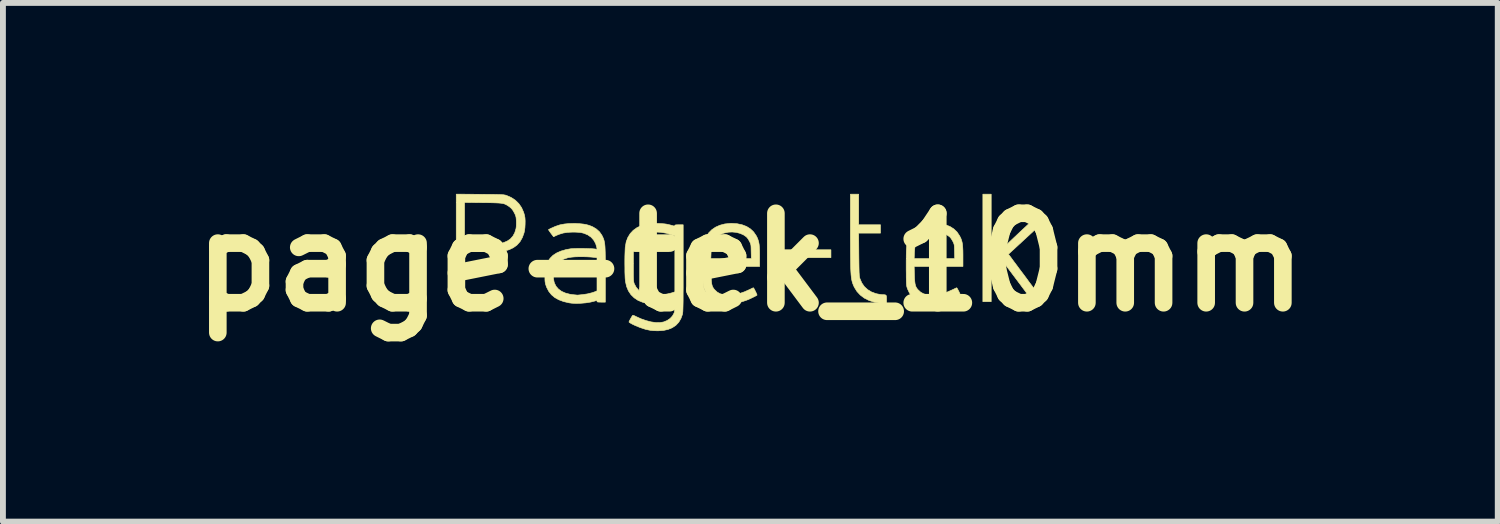
<source format=kicad_pcb>
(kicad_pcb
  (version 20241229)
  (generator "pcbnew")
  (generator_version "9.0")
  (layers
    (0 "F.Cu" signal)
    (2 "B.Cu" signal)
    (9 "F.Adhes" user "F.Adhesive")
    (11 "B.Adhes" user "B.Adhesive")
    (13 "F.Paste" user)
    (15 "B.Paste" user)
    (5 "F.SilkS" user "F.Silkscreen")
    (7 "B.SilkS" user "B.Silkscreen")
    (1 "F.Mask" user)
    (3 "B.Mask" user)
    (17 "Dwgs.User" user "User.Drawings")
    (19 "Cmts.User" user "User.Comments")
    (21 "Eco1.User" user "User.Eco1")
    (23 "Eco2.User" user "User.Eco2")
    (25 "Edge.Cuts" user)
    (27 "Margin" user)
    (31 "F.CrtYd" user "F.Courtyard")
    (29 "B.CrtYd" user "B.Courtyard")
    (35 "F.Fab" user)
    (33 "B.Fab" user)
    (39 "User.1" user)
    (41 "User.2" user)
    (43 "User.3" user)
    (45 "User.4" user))
  (footprint "page-tek_10mm"
    (layer "F.Cu")
    (at 9.732 1.418)
    (property "Reference" "page-tek_10mm" (at 0 0 0) (layer "F.SilkS") (effects (font (size 1.524 1.524) (thickness 0.3))))
    (attr through_hole)
    (fp_poly (pts (xy 1.373 -0.079) (xy 0.497 -0.079) (xy 0.497 -0.213) (xy 1.373 -0.213) (xy 1.373 -0.079)) (stroke (width 0.01) (type solid)) (fill yes) (layer "F.SilkS"))
    (fp_poly (pts (xy 4.103 -0.061) (xy 4.156 -0.109) (xy 4.187 -0.136) (xy 4.222 -0.168) (xy 4.262 -0.205) (xy 4.309 -0.249) (xy 4.364 -0.3) (xy 4.427 -0.359) (xy 4.5 -0.428) (xy 4.552 -0.477) (xy 4.597 -0.52) (xy 4.639 -0.559) (xy 4.676 -0.593) (xy 4.707 -0.622) (xy 4.73 -0.643) (xy 4.743 -0.655) (xy 4.746 -0.657) (xy 4.758 -0.659) (xy 4.782 -0.661) (xy 4.815 -0.661) (xy 4.854 -0.661) (xy 4.86 -0.661) (xy 4.962 -0.659) (xy 4.397 -0.138) (xy 4.414 -0.114) (xy 4.422 -0.104) (xy 4.439 -0.082) (xy 4.462 -0.05) (xy 4.493 -0.008) (xy 4.53 0.041) (xy 4.571 0.097) (xy 4.617 0.158) (xy 4.666 0.223) (xy 4.708 0.28) (xy 4.758 0.348) (xy 4.806 0.412) (xy 4.849 0.471) (xy 4.889 0.524) (xy 4.923 0.57) (xy 4.951 0.608) (xy 4.972 0.637) (xy 4.985 0.655) (xy 4.99 0.661) (xy 4.989 0.665) (xy 4.979 0.668) (xy 4.958 0.67) (xy 4.924 0.671) (xy 4.906 0.671) (xy 4.817 0.671) (xy 4.291 -0.031) (xy 4.103 0.137) (xy 4.103 0.671) (xy 3.961 0.671) (xy 3.961 -1.16) (xy 4.103 -1.16) (xy 4.103 -0.061)) (stroke (width 0.01) (type solid)) (fill yes) (layer "F.SilkS"))
    (fp_poly (pts (xy 1.846 -0.639) (xy 2.217 -0.639) (xy 2.217 -0.497) (xy 1.845 -0.497) (xy 1.848 -0.132) (xy 1.849 -0.046) (xy 1.85 0.026) (xy 1.851 0.085) (xy 1.852 0.133) (xy 1.853 0.171) (xy 1.855 0.201) (xy 1.856 0.225) (xy 1.859 0.243) (xy 1.861 0.258) (xy 1.865 0.271) (xy 1.868 0.281) (xy 1.899 0.352) (xy 1.942 0.414) (xy 1.997 0.465) (xy 2.063 0.505) (xy 2.138 0.533) (xy 2.169 0.54) (xy 2.203 0.546) (xy 2.237 0.551) (xy 2.26 0.552) (xy 2.287 0.553) (xy 2.304 0.557) (xy 2.314 0.566) (xy 2.319 0.584) (xy 2.32 0.614) (xy 2.32 0.632) (xy 2.32 0.702) (xy 2.274 0.701) (xy 2.244 0.7) (xy 2.217 0.698) (xy 2.205 0.697) (xy 2.107 0.678) (xy 2.019 0.649) (xy 1.94 0.609) (xy 1.873 0.558) (xy 1.817 0.498) (xy 1.777 0.434) (xy 1.765 0.411) (xy 1.755 0.389) (xy 1.746 0.366) (xy 1.738 0.342) (xy 1.731 0.316) (xy 1.725 0.287) (xy 1.72 0.253) (xy 1.716 0.214) (xy 1.713 0.168) (xy 1.71 0.115) (xy 1.708 0.053) (xy 1.707 -0.019) (xy 1.706 -0.101) (xy 1.705 -0.196) (xy 1.705 -0.303) (xy 1.704 -0.424) (xy 1.704 -0.527) (xy 1.704 -1.16) (xy 1.846 -1.16) (xy 1.846 -0.639)) (stroke (width 0.01) (type solid)) (fill yes) (layer "F.SilkS"))
    (fp_poly (pts (xy -4.606 -1.158) (xy -4.516 -1.157) (xy -4.439 -1.157) (xy -4.376 -1.156) (xy -4.324 -1.155) (xy -4.283 -1.154) (xy -4.25 -1.153) (xy -4.224 -1.151) (xy -4.203 -1.15) (xy -4.188 -1.147) (xy -4.174 -1.145) (xy -4.163 -1.141) (xy -4.152 -1.138) (xy -4.071 -1.102) (xy -4.002 -1.056) (xy -3.944 -0.999) (xy -3.897 -0.931) (xy -3.862 -0.852) (xy -3.846 -0.797) (xy -3.839 -0.756) (xy -3.836 -0.704) (xy -3.837 -0.647) (xy -3.84 -0.589) (xy -3.847 -0.537) (xy -3.855 -0.501) (xy -3.884 -0.421) (xy -3.923 -0.352) (xy -3.974 -0.295) (xy -4.035 -0.25) (xy -4.107 -0.215) (xy -4.167 -0.197) (xy -4.185 -0.193) (xy -4.203 -0.19) (xy -4.222 -0.188) (xy -4.245 -0.186) (xy -4.274 -0.184) (xy -4.309 -0.183) (xy -4.354 -0.182) (xy -4.409 -0.182) (xy -4.476 -0.182) (xy -4.551 -0.182) (xy -4.868 -0.181) (xy -4.868 0.671) (xy -5.01 0.671) (xy -5.01 -0.314) (xy -4.868 -0.314) (xy -4.559 -0.318) (xy -4.475 -0.319) (xy -4.405 -0.32) (xy -4.349 -0.321) (xy -4.304 -0.323) (xy -4.269 -0.325) (xy -4.242 -0.327) (xy -4.223 -0.33) (xy -4.209 -0.333) (xy -4.143 -0.36) (xy -4.088 -0.397) (xy -4.045 -0.445) (xy -4.013 -0.504) (xy -3.993 -0.569) (xy -3.988 -0.601) (xy -3.986 -0.643) (xy -3.986 -0.69) (xy -3.986 -0.695) (xy -3.988 -0.735) (xy -3.991 -0.765) (xy -3.997 -0.789) (xy -4.006 -0.813) (xy -4.013 -0.828) (xy -4.04 -0.878) (xy -4.069 -0.916) (xy -4.105 -0.947) (xy -4.123 -0.959) (xy -4.143 -0.972) (xy -4.162 -0.982) (xy -4.181 -0.991) (xy -4.201 -0.998) (xy -4.226 -1.003) (xy -4.255 -1.007) (xy -4.291 -1.01) (xy -4.336 -1.012) (xy -4.392 -1.014) (xy -4.459 -1.015) (xy -4.54 -1.016) (xy -4.559 -1.016) (xy -4.868 -1.019) (xy -4.868 -0.314) (xy -5.01 -0.314) (xy -5.01 -1.161) (xy -4.606 -1.158)) (stroke (width 0.01) (type solid)) (fill yes) (layer "F.SilkS"))
    (fp_poly (pts (xy -0.226 -0.657) (xy -0.14 -0.639) (xy -0.064 -0.61) (xy 0.001 -0.569) (xy 0.056 -0.517) (xy 0.1 -0.453) (xy 0.105 -0.444) (xy 0.121 -0.411) (xy 0.133 -0.378) (xy 0.143 -0.343) (xy 0.15 -0.304) (xy 0.154 -0.258) (xy 0.157 -0.202) (xy 0.158 -0.134) (xy 0.158 -0.103) (xy 0.158 0.071) (xy -0.673 0.071) (xy -0.669 0.215) (xy -0.666 0.277) (xy -0.663 0.326) (xy -0.658 0.365) (xy -0.651 0.395) (xy -0.641 0.421) (xy -0.627 0.444) (xy -0.609 0.467) (xy -0.606 0.469) (xy -0.563 0.509) (xy -0.512 0.537) (xy -0.452 0.554) (xy -0.381 0.561) (xy -0.363 0.561) (xy -0.281 0.554) (xy -0.193 0.535) (xy -0.1 0.503) (xy -0.008 0.462) (xy 0.018 0.449) (xy 0.039 0.439) (xy 0.05 0.434) (xy 0.051 0.434) (xy 0.057 0.44) (xy 0.068 0.457) (xy 0.08 0.481) (xy 0.093 0.507) (xy 0.104 0.531) (xy 0.112 0.55) (xy 0.114 0.56) (xy 0.113 0.56) (xy 0.101 0.568) (xy 0.079 0.58) (xy 0.049 0.595) (xy 0.016 0.611) (xy -0.016 0.626) (xy -0.043 0.638) (xy -0.047 0.639) (xy -0.117 0.664) (xy -0.181 0.681) (xy -0.247 0.692) (xy -0.32 0.698) (xy -0.351 0.699) (xy -0.41 0.7) (xy -0.455 0.699) (xy -0.49 0.695) (xy -0.513 0.691) (xy -0.591 0.664) (xy -0.656 0.628) (xy -0.711 0.581) (xy -0.754 0.523) (xy -0.786 0.454) (xy -0.794 0.43) (xy -0.798 0.417) (xy -0.801 0.402) (xy -0.803 0.385) (xy -0.805 0.362) (xy -0.806 0.334) (xy -0.807 0.297) (xy -0.808 0.251) (xy -0.808 0.193) (xy -0.808 0.123) (xy -0.809 0.063) (xy -0.808 -0.027) (xy -0.808 -0.063) (xy -0.673 -0.063) (xy 0.017 -0.063) (xy 0.014 -0.183) (xy 0.013 -0.23) (xy 0.012 -0.263) (xy 0.01 -0.288) (xy 0.006 -0.308) (xy 0.000405 -0.325) (xy -0.008 -0.343) (xy -0.015 -0.357) (xy -0.032 -0.388) (xy -0.052 -0.416) (xy -0.07 -0.435) (xy -0.118 -0.468) (xy -0.177 -0.493) (xy -0.242 -0.51) (xy -0.311 -0.516) (xy -0.373 -0.513) (xy -0.45 -0.497) (xy -0.515 -0.471) (xy -0.57 -0.433) (xy -0.608 -0.392) (xy -0.63 -0.359) (xy -0.645 -0.323) (xy -0.657 -0.281) (xy -0.664 -0.229) (xy -0.669 -0.165) (xy -0.673 -0.063) (xy -0.808 -0.063) (xy -0.808 -0.103) (xy -0.807 -0.166) (xy -0.805 -0.219) (xy -0.802 -0.263) (xy -0.798 -0.299) (xy -0.793 -0.33) (xy -0.786 -0.357) (xy -0.777 -0.383) (xy -0.766 -0.407) (xy -0.753 -0.433) (xy -0.753 -0.434) (xy -0.711 -0.499) (xy -0.657 -0.554) (xy -0.593 -0.598) (xy -0.519 -0.631) (xy -0.436 -0.653) (xy -0.345 -0.662) (xy -0.321 -0.663) (xy -0.226 -0.657)) (stroke (width 0.01) (type solid)) (fill yes) (layer "F.SilkS"))
    (fp_poly (pts (xy 3.238 -0.657) (xy 3.324 -0.639) (xy 3.4 -0.61) (xy 3.465 -0.569) (xy 3.52 -0.517) (xy 3.563 -0.453) (xy 3.568 -0.444) (xy 3.585 -0.411) (xy 3.597 -0.378) (xy 3.607 -0.343) (xy 3.614 -0.304) (xy 3.618 -0.258) (xy 3.621 -0.202) (xy 3.622 -0.134) (xy 3.622 -0.103) (xy 3.622 0.071) (xy 2.791 0.071) (xy 2.795 0.215) (xy 2.797 0.277) (xy 2.801 0.326) (xy 2.806 0.365) (xy 2.813 0.395) (xy 2.823 0.421) (xy 2.837 0.444) (xy 2.855 0.467) (xy 2.858 0.469) (xy 2.901 0.509) (xy 2.952 0.537) (xy 3.012 0.554) (xy 3.083 0.561) (xy 3.101 0.561) (xy 3.183 0.554) (xy 3.271 0.535) (xy 3.364 0.503) (xy 3.456 0.462) (xy 3.482 0.449) (xy 3.503 0.439) (xy 3.514 0.434) (xy 3.514 0.434) (xy 3.521 0.44) (xy 3.531 0.457) (xy 3.544 0.481) (xy 3.557 0.507) (xy 3.568 0.531) (xy 3.576 0.55) (xy 3.577 0.56) (xy 3.577 0.56) (xy 3.565 0.568) (xy 3.542 0.58) (xy 3.513 0.595) (xy 3.48 0.611) (xy 3.448 0.626) (xy 3.421 0.638) (xy 3.417 0.639) (xy 3.347 0.664) (xy 3.283 0.681) (xy 3.217 0.692) (xy 3.144 0.698) (xy 3.113 0.699) (xy 3.054 0.7) (xy 3.009 0.699) (xy 2.974 0.695) (xy 2.951 0.691) (xy 2.873 0.664) (xy 2.807 0.628) (xy 2.753 0.581) (xy 2.71 0.523) (xy 2.678 0.454) (xy 2.67 0.43) (xy 2.666 0.417) (xy 2.663 0.402) (xy 2.661 0.385) (xy 2.659 0.362) (xy 2.658 0.334) (xy 2.657 0.297) (xy 2.656 0.251) (xy 2.656 0.193) (xy 2.655 0.123) (xy 2.655 0.063) (xy 2.655 -0.027) (xy 2.656 -0.063) (xy 2.791 -0.063) (xy 3.481 -0.063) (xy 3.478 -0.183) (xy 3.477 -0.23) (xy 3.476 -0.263) (xy 3.474 -0.288) (xy 3.47 -0.308) (xy 3.464 -0.325) (xy 3.456 -0.343) (xy 3.449 -0.357) (xy 3.431 -0.388) (xy 3.412 -0.416) (xy 3.394 -0.435) (xy 3.346 -0.468) (xy 3.287 -0.493) (xy 3.222 -0.51) (xy 3.153 -0.516) (xy 3.091 -0.513) (xy 3.014 -0.497) (xy 2.948 -0.471) (xy 2.894 -0.433) (xy 2.856 -0.392) (xy 2.834 -0.359) (xy 2.818 -0.323) (xy 2.807 -0.281) (xy 2.8 -0.229) (xy 2.795 -0.165) (xy 2.791 -0.063) (xy 2.656 -0.063) (xy 2.656 -0.103) (xy 2.657 -0.166) (xy 2.659 -0.219) (xy 2.662 -0.263) (xy 2.666 -0.299) (xy 2.671 -0.33) (xy 2.678 -0.357) (xy 2.687 -0.383) (xy 2.698 -0.407) (xy 2.711 -0.433) (xy 2.711 -0.434) (xy 2.753 -0.499) (xy 2.807 -0.554) (xy 2.871 -0.598) (xy 2.945 -0.631) (xy 3.028 -0.653) (xy 3.118 -0.662) (xy 3.143 -0.663) (xy 3.238 -0.657)) (stroke (width 0.01) (type solid)) (fill yes) (layer "F.SilkS"))
    (fp_poly (pts (xy -2.976 -0.661) (xy -2.905 -0.657) (xy -2.845 -0.651) (xy -2.794 -0.642) (xy -2.747 -0.629) (xy -2.701 -0.611) (xy -2.685 -0.604) (xy -2.623 -0.567) (xy -2.57 -0.519) (xy -2.53 -0.462) (xy -2.518 -0.438) (xy -2.508 -0.417) (xy -2.5 -0.397) (xy -2.493 -0.376) (xy -2.488 -0.353) (xy -2.483 -0.328) (xy -2.479 -0.298) (xy -2.476 -0.263) (xy -2.474 -0.22) (xy -2.472 -0.169) (xy -2.471 -0.109) (xy -2.47 -0.037) (xy -2.47 0.047) (xy -2.47 0.144) (xy -2.47 0.21) (xy -2.47 0.679) (xy -2.541 0.679) (xy -2.575 0.678) (xy -2.596 0.677) (xy -2.607 0.674) (xy -2.611 0.669) (xy -2.612 0.664) (xy -2.613 0.655) (xy -2.619 0.652) (xy -2.633 0.655) (xy -2.649 0.66) (xy -2.721 0.678) (xy -2.801 0.691) (xy -2.884 0.698) (xy -2.966 0.701) (xy -3.042 0.697) (xy -3.087 0.691) (xy -3.181 0.669) (xy -3.262 0.639) (xy -3.331 0.601) (xy -3.388 0.553) (xy -3.434 0.495) (xy -3.469 0.428) (xy -3.48 0.398) (xy -3.488 0.374) (xy -3.493 0.352) (xy -3.497 0.327) (xy -3.499 0.296) (xy -3.499 0.255) (xy -3.499 0.229) (xy -3.499 0.228) (xy -3.356 0.228) (xy -3.353 0.281) (xy -3.344 0.33) (xy -3.337 0.355) (xy -3.309 0.41) (xy -3.269 0.456) (xy -3.216 0.495) (xy -3.151 0.524) (xy -3.075 0.544) (xy -3.019 0.552) (xy -2.989 0.555) (xy -2.965 0.557) (xy -2.952 0.559) (xy -2.951 0.559) (xy -2.942 0.559) (xy -2.921 0.557) (xy -2.891 0.554) (xy -2.87 0.552) (xy -2.778 0.539) (xy -2.697 0.519) (xy -2.653 0.504) (xy -2.612 0.487) (xy -2.612 -0.077) (xy -2.649 -0.083) (xy -2.71 -0.089) (xy -2.778 -0.093) (xy -2.848 -0.095) (xy -2.918 -0.095) (xy -2.984 -0.093) (xy -3.043 -0.088) (xy -3.091 -0.081) (xy -3.103 -0.079) (xy -3.176 -0.055) (xy -3.237 -0.021) (xy -3.286 0.022) (xy -3.322 0.074) (xy -3.345 0.136) (xy -3.353 0.178) (xy -3.356 0.228) (xy -3.499 0.228) (xy -3.499 0.181) (xy -3.497 0.145) (xy -3.495 0.117) (xy -3.49 0.093) (xy -3.484 0.07) (xy -3.48 0.059) (xy -3.45 -0.01) (xy -3.411 -0.069) (xy -3.361 -0.119) (xy -3.299 -0.159) (xy -3.226 -0.191) (xy -3.14 -0.216) (xy -3.062 -0.23) (xy -3.036 -0.232) (xy -2.998 -0.234) (xy -2.952 -0.235) (xy -2.901 -0.235) (xy -2.846 -0.235) (xy -2.793 -0.234) (xy -2.742 -0.232) (xy -2.696 -0.231) (xy -2.66 -0.228) (xy -2.635 -0.225) (xy -2.628 -0.224) (xy -2.616 -0.222) (xy -2.612 -0.226) (xy -2.614 -0.241) (xy -2.615 -0.249) (xy -2.635 -0.318) (xy -2.668 -0.377) (xy -2.712 -0.427) (xy -2.768 -0.466) (xy -2.835 -0.494) (xy -2.88 -0.505) (xy -2.909 -0.509) (xy -2.948 -0.512) (xy -2.992 -0.514) (xy -3.03 -0.514) (xy -3.114 -0.51) (xy -3.189 -0.498) (xy -3.258 -0.477) (xy -3.304 -0.458) (xy -3.352 -0.435) (xy -3.397 -0.494) (xy -3.416 -0.52) (xy -3.43 -0.541) (xy -3.438 -0.553) (xy -3.439 -0.556) (xy -3.431 -0.56) (xy -3.413 -0.57) (xy -3.395 -0.579) (xy -3.32 -0.612) (xy -3.246 -0.637) (xy -3.168 -0.652) (xy -3.084 -0.66) (xy -2.989 -0.661) (xy -2.976 -0.661)) (stroke (width 0.01) (type solid)) (fill yes) (layer "F.SilkS"))
    (fp_poly (pts (xy -1.558 -0.661) (xy -1.507 -0.658) (xy -1.466 -0.655) (xy -1.428 -0.65) (xy -1.391 -0.642) (xy -1.347 -0.631) (xy -1.304 -0.619) (xy -1.29 -0.618) (xy -1.286 -0.626) (xy -1.284 -0.633) (xy -1.275 -0.636) (xy -1.258 -0.638) (xy -1.228 -0.639) (xy -1.215 -0.639) (xy -1.144 -0.639) (xy -1.144 0.099) (xy -1.144 0.226) (xy -1.144 0.338) (xy -1.144 0.436) (xy -1.145 0.521) (xy -1.145 0.594) (xy -1.145 0.657) (xy -1.146 0.709) (xy -1.147 0.753) (xy -1.148 0.789) (xy -1.149 0.817) (xy -1.15 0.84) (xy -1.152 0.858) (xy -1.154 0.871) (xy -1.156 0.882) (xy -1.156 0.886) (xy -1.183 0.959) (xy -1.22 1.022) (xy -1.269 1.074) (xy -1.329 1.114) (xy -1.399 1.143) (xy -1.479 1.161) (xy -1.569 1.167) (xy -1.577 1.167) (xy -1.617 1.166) (xy -1.656 1.164) (xy -1.687 1.161) (xy -1.7 1.16) (xy -1.782 1.143) (xy -1.869 1.115) (xy -1.956 1.08) (xy -2.014 1.052) (xy -2.039 1.038) (xy -2.058 1.026) (xy -2.067 1.018) (xy -2.067 1.017) (xy -2.064 1.007) (xy -2.054 0.987) (xy -2.041 0.963) (xy -2.027 0.938) (xy -2.014 0.917) (xy -2.005 0.905) (xy -2.004 0.903) (xy -1.994 0.904) (xy -1.974 0.911) (xy -1.95 0.923) (xy -1.862 0.963) (xy -1.776 0.993) (xy -1.693 1.015) (xy -1.616 1.026) (xy -1.545 1.027) (xy -1.484 1.018) (xy -1.474 1.015) (xy -1.416 0.991) (xy -1.366 0.957) (xy -1.327 0.915) (xy -1.301 0.868) (xy -1.298 0.862) (xy -1.294 0.842) (xy -1.29 0.814) (xy -1.288 0.78) (xy -1.286 0.745) (xy -1.286 0.711) (xy -1.286 0.683) (xy -1.289 0.663) (xy -1.292 0.655) (xy -1.292 0.655) (xy -1.302 0.657) (xy -1.323 0.662) (xy -1.353 0.669) (xy -1.377 0.676) (xy -1.406 0.683) (xy -1.431 0.688) (xy -1.456 0.692) (xy -1.485 0.694) (xy -1.52 0.696) (xy -1.565 0.697) (xy -1.618 0.697) (xy -1.673 0.698) (xy -1.716 0.697) (xy -1.749 0.696) (xy -1.775 0.694) (xy -1.796 0.691) (xy -1.815 0.687) (xy -1.836 0.68) (xy -1.837 0.68) (xy -1.913 0.649) (xy -1.979 0.605) (xy -2.034 0.551) (xy -2.077 0.487) (xy -2.108 0.413) (xy -2.127 0.329) (xy -2.13 0.307) (xy -2.133 0.27) (xy -2.135 0.221) (xy -2.137 0.162) (xy -2.137 0.096) (xy -2.138 0.027) (xy -2.138 -0.021) (xy -1.992 -0.021) (xy -1.992 0.024) (xy -1.992 0.101) (xy -1.992 0.164) (xy -1.992 0.215) (xy -1.991 0.255) (xy -1.99 0.286) (xy -1.989 0.31) (xy -1.987 0.328) (xy -1.984 0.343) (xy -1.981 0.355) (xy -1.977 0.366) (xy -1.974 0.372) (xy -1.943 0.429) (xy -1.899 0.478) (xy -1.844 0.517) (xy -1.782 0.544) (xy -1.735 0.554) (xy -1.676 0.56) (xy -1.61 0.562) (xy -1.539 0.558) (xy -1.468 0.55) (xy -1.46 0.548) (xy -1.42 0.541) (xy -1.378 0.531) (xy -1.342 0.522) (xy -1.339 0.521) (xy -1.286 0.504) (xy -1.286 -0.448) (xy -1.34 -0.468) (xy -1.431 -0.495) (xy -1.526 -0.511) (xy -1.61 -0.515) (xy -1.699 -0.51) (xy -1.777 -0.494) (xy -1.843 -0.468) (xy -1.898 -0.431) (xy -1.942 -0.384) (xy -1.974 -0.326) (xy -1.974 -0.325) (xy -1.979 -0.313) (xy -1.982 -0.302) (xy -1.985 -0.289) (xy -1.988 -0.273) (xy -1.99 -0.253) (xy -1.991 -0.226) (xy -1.991 -0.191) (xy -1.992 -0.147) (xy -1.992 -0.091) (xy -1.992 -0.021) (xy -2.138 -0.021) (xy -2.138 -0.042) (xy -2.137 -0.108) (xy -2.135 -0.169) (xy -2.133 -0.22) (xy -2.131 -0.259) (xy -2.13 -0.262) (xy -2.115 -0.347) (xy -2.087 -0.422) (xy -2.047 -0.488) (xy -1.995 -0.544) (xy -1.931 -0.59) (xy -1.856 -0.625) (xy -1.769 -0.649) (xy -1.736 -0.656) (xy -1.698 -0.659) (xy -1.648 -0.661) (xy -1.591 -0.661) (xy -1.558 -0.661)) (stroke (width 0.01) (type solid)) (fill yes) (layer "F.SilkS")))
  (gr_rect
    (start -3 -3)
    (end 22.464 5.836)
    (stroke (width 0.1) (type default))
    (fill no)
    (layer "Edge.Cuts")))
</source>
